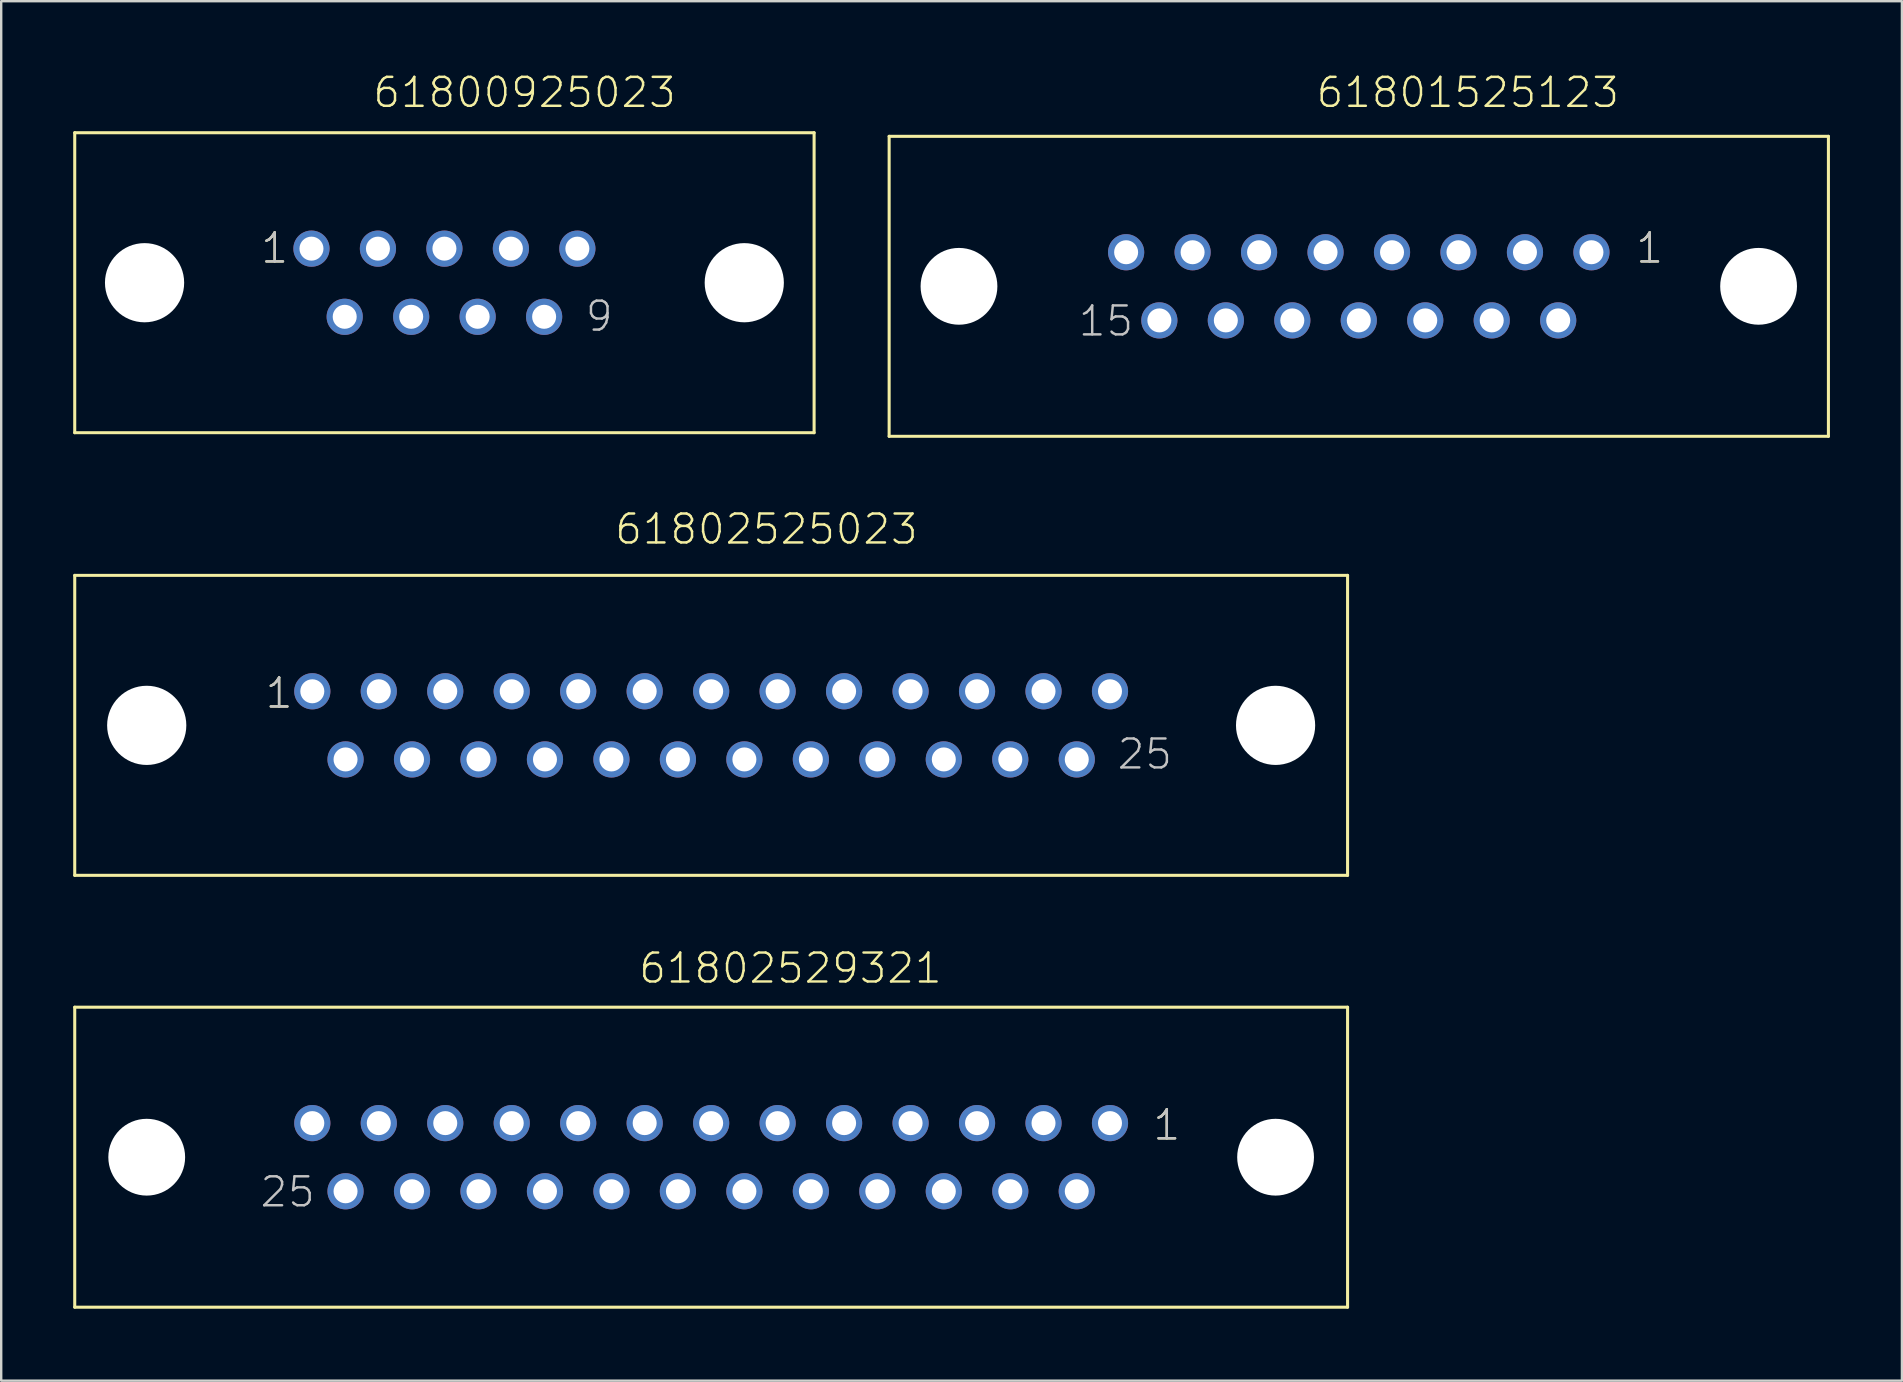
<source format=kicad_pcb>
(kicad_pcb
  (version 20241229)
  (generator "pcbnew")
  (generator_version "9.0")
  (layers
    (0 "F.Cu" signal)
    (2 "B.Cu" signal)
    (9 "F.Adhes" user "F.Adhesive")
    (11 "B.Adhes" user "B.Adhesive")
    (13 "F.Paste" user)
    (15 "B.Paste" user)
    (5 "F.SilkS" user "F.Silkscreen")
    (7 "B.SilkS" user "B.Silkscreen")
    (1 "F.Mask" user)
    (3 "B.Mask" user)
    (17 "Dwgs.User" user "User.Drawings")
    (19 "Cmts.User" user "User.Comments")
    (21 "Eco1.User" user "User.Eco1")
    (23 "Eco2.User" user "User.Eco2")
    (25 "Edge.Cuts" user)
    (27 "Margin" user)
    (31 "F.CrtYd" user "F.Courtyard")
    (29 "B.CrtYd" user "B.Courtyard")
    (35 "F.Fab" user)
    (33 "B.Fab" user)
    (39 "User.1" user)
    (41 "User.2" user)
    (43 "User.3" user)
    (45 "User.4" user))
  (footprint "61800925023"
    (layer "F.Cu")
    (at 15.469 8.731)
    (property "Reference" "61800925023" (at -3.045 -7.22 0) (layer "F.SilkS") (effects (font (size 1.206 1.206) (thickness 0.102)) (justify left bottom)))
    (attr through_hole)
    (fp_line (start -15.405 -6.25) (end 15.405 -6.25) (stroke (width 0.127) (type solid)) (layer "F.SilkS"))
    (fp_line (start -15.405 6.25) (end -15.405 -6.25) (stroke (width 0.127) (type solid)) (layer "F.SilkS"))
    (fp_line (start 15.405 -6.25) (end 15.405 6.25) (stroke (width 0.127) (type solid)) (layer "F.SilkS"))
    (fp_line (start 15.405 6.25) (end -15.405 6.25) (stroke (width 0.127) (type solid)) (layer "F.SilkS"))
    (fp_text user "1" (at -7.715 -0.735 0) (layer "F.SilkS") (effects (font (size 1.206 1.206) (thickness 0.102)) (justify left bottom)))
    (fp_text user "1" (at -7.715 -0.735 0) (layer "Dwgs.User") (effects (font (size 1.206 1.206) (thickness 0.102)) (justify left bottom)))
    (fp_text user "9" (at 5.81 2.105 0) (layer "Dwgs.User") (effects (font (size 1.206 1.206) (thickness 0.102)) (justify left bottom)))
    (pad "" np_thru_hole circle (at -12.495 0) (size 3.3 3.3) (drill 3.3) (layers "*.Cu"))
    (pad "" np_thru_hole circle (at 12.495 0) (size 3.3 3.3) (drill 3.3) (layers "*.Cu"))
    (pad "1" thru_hole circle (at -5.54 -1.42) (size 1.508 1.508) (drill 1) (layers "*.Cu" "*.Mask"))
    (pad "2" thru_hole circle (at -2.77 -1.42) (size 1.508 1.508) (drill 1) (layers "*.Cu" "*.Mask"))
    (pad "3" thru_hole circle (at 0 -1.42) (size 1.508 1.508) (drill 1) (layers "*.Cu" "*.Mask"))
    (pad "4" thru_hole circle (at 2.77 -1.42) (size 1.508 1.508) (drill 1) (layers "*.Cu" "*.Mask"))
    (pad "5" thru_hole circle (at 5.54 -1.42) (size 1.508 1.508) (drill 1) (layers "*.Cu" "*.Mask"))
    (pad "6" thru_hole circle (at -4.155 1.42) (size 1.508 1.508) (drill 1) (layers "*.Cu" "*.Mask"))
    (pad "7" thru_hole circle (at -1.385 1.42) (size 1.508 1.508) (drill 1) (layers "*.Cu" "*.Mask"))
    (pad "8" thru_hole circle (at 1.385 1.42) (size 1.508 1.508) (drill 1) (layers "*.Cu" "*.Mask"))
    (pad "9" thru_hole circle (at 4.155 1.42) (size 1.508 1.508) (drill 1) (layers "*.Cu" "*.Mask")))
  (footprint "61802525023"
    (layer "F.Cu")
    (at 26.584 27.176)
    (property "Reference" "61802525023" (at -4.08 -7.47 0) (layer "F.SilkS") (effects (font (size 1.206 1.206) (thickness 0.102)) (justify left bottom)))
    (attr through_hole)
    (fp_line (start -26.52 -6.25) (end 26.52 -6.25) (stroke (width 0.127) (type solid)) (layer "F.SilkS"))
    (fp_line (start -26.52 6.25) (end -26.52 -6.25) (stroke (width 0.127) (type solid)) (layer "F.SilkS"))
    (fp_line (start 26.52 -6.25) (end 26.52 6.25) (stroke (width 0.127) (type solid)) (layer "F.SilkS"))
    (fp_line (start 26.52 6.25) (end -26.52 6.25) (stroke (width 0.127) (type solid)) (layer "F.SilkS"))
    (fp_text user "1" (at -18.645 -0.635 0) (layer "F.SilkS") (effects (font (size 1.206 1.206) (thickness 0.102)) (justify left bottom)))
    (fp_text user "1" (at -18.645 -0.635 0) (layer "Dwgs.User") (effects (font (size 1.206 1.206) (thickness 0.102)) (justify left bottom)))
    (fp_text user "25" (at 16.855 1.905 0) (layer "Dwgs.User") (effects (font (size 1.206 1.206) (thickness 0.102)) (justify left bottom)))
    (pad "" np_thru_hole circle (at -23.52 0) (size 3.3 3.3) (drill 3.3) (layers "*.Cu"))
    (pad "" np_thru_hole circle (at 23.52 0) (size 3.3 3.3) (drill 3.3) (layers "*.Cu"))
    (pad "1" thru_hole circle (at -16.62 -1.42) (size 1.508 1.508) (drill 1) (layers "*.Cu" "*.Mask"))
    (pad "2" thru_hole circle (at -13.85 -1.42) (size 1.508 1.508) (drill 1) (layers "*.Cu" "*.Mask"))
    (pad "3" thru_hole circle (at -11.08 -1.42) (size 1.508 1.508) (drill 1) (layers "*.Cu" "*.Mask"))
    (pad "4" thru_hole circle (at -8.31 -1.42) (size 1.508 1.508) (drill 1) (layers "*.Cu" "*.Mask"))
    (pad "5" thru_hole circle (at -5.54 -1.42) (size 1.508 1.508) (drill 1) (layers "*.Cu" "*.Mask"))
    (pad "6" thru_hole circle (at -2.77 -1.42) (size 1.508 1.508) (drill 1) (layers "*.Cu" "*.Mask"))
    (pad "7" thru_hole circle (at 0 -1.42) (size 1.508 1.508) (drill 1) (layers "*.Cu" "*.Mask"))
    (pad "8" thru_hole circle (at 2.77 -1.42) (size 1.508 1.508) (drill 1) (layers "*.Cu" "*.Mask"))
    (pad "9" thru_hole circle (at 5.54 -1.42) (size 1.508 1.508) (drill 1) (layers "*.Cu" "*.Mask"))
    (pad "10" thru_hole circle (at 8.31 -1.42) (size 1.508 1.508) (drill 1) (layers "*.Cu" "*.Mask"))
    (pad "11" thru_hole circle (at 11.08 -1.42) (size 1.508 1.508) (drill 1) (layers "*.Cu" "*.Mask"))
    (pad "12" thru_hole circle (at 13.85 -1.42) (size 1.508 1.508) (drill 1) (layers "*.Cu" "*.Mask"))
    (pad "13" thru_hole circle (at 16.62 -1.42) (size 1.508 1.508) (drill 1) (layers "*.Cu" "*.Mask"))
    (pad "14" thru_hole circle (at -15.235 1.42) (size 1.508 1.508) (drill 1) (layers "*.Cu" "*.Mask"))
    (pad "15" thru_hole circle (at -12.465 1.42) (size 1.508 1.508) (drill 1) (layers "*.Cu" "*.Mask"))
    (pad "16" thru_hole circle (at -9.695 1.42) (size 1.508 1.508) (drill 1) (layers "*.Cu" "*.Mask"))
    (pad "17" thru_hole circle (at -6.925 1.42) (size 1.508 1.508) (drill 1) (layers "*.Cu" "*.Mask"))
    (pad "18" thru_hole circle (at -4.155 1.42) (size 1.508 1.508) (drill 1) (layers "*.Cu" "*.Mask"))
    (pad "19" thru_hole circle (at -1.385 1.42) (size 1.508 1.508) (drill 1) (layers "*.Cu" "*.Mask"))
    (pad "20" thru_hole circle (at 1.385 1.42) (size 1.508 1.508) (drill 1) (layers "*.Cu" "*.Mask"))
    (pad "21" thru_hole circle (at 4.155 1.42) (size 1.508 1.508) (drill 1) (layers "*.Cu" "*.Mask"))
    (pad "22" thru_hole circle (at 6.925 1.42) (size 1.508 1.508) (drill 1) (layers "*.Cu" "*.Mask"))
    (pad "23" thru_hole circle (at 9.695 1.42) (size 1.508 1.508) (drill 1) (layers "*.Cu" "*.Mask"))
    (pad "24" thru_hole circle (at 12.465 1.42) (size 1.508 1.508) (drill 1) (layers "*.Cu" "*.Mask"))
    (pad "25" thru_hole circle (at 15.235 1.42) (size 1.508 1.508) (drill 1) (layers "*.Cu" "*.Mask")))
  (footprint "61801525123"
    (layer "F.Cu")
    (at 53.571 8.881)
    (property "Reference" "61801525123" (at -1.84 -7.37 0) (layer "F.SilkS") (effects (font (size 1.206 1.206) (thickness 0.102)) (justify left bottom)))
    (attr through_hole)
    (fp_line (start -19.57 -6.25) (end 19.57 -6.25) (stroke (width 0.127) (type solid)) (layer "F.SilkS"))
    (fp_line (start -19.57 6.25) (end -19.57 -6.25) (stroke (width 0.127) (type solid)) (layer "F.SilkS"))
    (fp_line (start 19.57 -6.25) (end 19.57 6.25) (stroke (width 0.127) (type solid)) (layer "F.SilkS"))
    (fp_line (start 19.57 6.25) (end -19.57 6.25) (stroke (width 0.127) (type solid)) (layer "F.SilkS"))
    (fp_text user "1" (at 11.48 -0.885 0) (layer "F.SilkS") (effects (font (size 1.206 1.206) (thickness 0.102)) (justify left bottom)))
    (fp_text user "15" (at -11.75 2.155 0) (layer "Dwgs.User") (effects (font (size 1.206 1.206) (thickness 0.102)) (justify left bottom)))
    (fp_text user "1" (at 11.48 -0.885 0) (layer "Dwgs.User") (effects (font (size 1.206 1.206) (thickness 0.102)) (justify left bottom)))
    (pad "" np_thru_hole circle (at -16.66 0) (size 3.2 3.2) (drill 3.2) (layers "*.Cu"))
    (pad "" np_thru_hole circle (at 16.66 0) (size 3.2 3.2) (drill 3.2) (layers "*.Cu"))
    (pad "1" thru_hole circle (at 9.695 -1.42) (size 1.508 1.508) (drill 1) (layers "*.Cu" "*.Mask"))
    (pad "2" thru_hole circle (at 6.925 -1.42) (size 1.508 1.508) (drill 1) (layers "*.Cu" "*.Mask"))
    (pad "3" thru_hole circle (at 4.155 -1.42) (size 1.508 1.508) (drill 1) (layers "*.Cu" "*.Mask"))
    (pad "4" thru_hole circle (at 1.385 -1.42) (size 1.508 1.508) (drill 1) (layers "*.Cu" "*.Mask"))
    (pad "5" thru_hole circle (at -1.385 -1.42) (size 1.508 1.508) (drill 1) (layers "*.Cu" "*.Mask"))
    (pad "6" thru_hole circle (at -4.155 -1.42) (size 1.508 1.508) (drill 1) (layers "*.Cu" "*.Mask"))
    (pad "7" thru_hole circle (at -6.925 -1.42) (size 1.508 1.508) (drill 1) (layers "*.Cu" "*.Mask"))
    (pad "8" thru_hole circle (at -9.695 -1.42) (size 1.508 1.508) (drill 1) (layers "*.Cu" "*.Mask"))
    (pad "9" thru_hole circle (at 8.31 1.42) (size 1.508 1.508) (drill 1) (layers "*.Cu" "*.Mask"))
    (pad "10" thru_hole circle (at 5.54 1.42) (size 1.508 1.508) (drill 1) (layers "*.Cu" "*.Mask"))
    (pad "11" thru_hole circle (at 2.77 1.42) (size 1.508 1.508) (drill 1) (layers "*.Cu" "*.Mask"))
    (pad "12" thru_hole circle (at 0 1.42) (size 1.508 1.508) (drill 1) (layers "*.Cu" "*.Mask"))
    (pad "13" thru_hole circle (at -2.77 1.42) (size 1.508 1.508) (drill 1) (layers "*.Cu" "*.Mask"))
    (pad "14" thru_hole circle (at -5.54 1.42) (size 1.508 1.508) (drill 1) (layers "*.Cu" "*.Mask"))
    (pad "15" thru_hole circle (at -8.31 1.42) (size 1.508 1.508) (drill 1) (layers "*.Cu" "*.Mask")))
  (footprint "61802529321"
    (layer "F.Cu")
    (at 26.584 45.171)
    (property "Reference" "61802529321" (at -3.08 -7.17 0) (layer "F.SilkS") (effects (font (size 1.206 1.206) (thickness 0.102)) (justify left bottom)))
    (attr through_hole)
    (fp_line (start -26.52 -6.25) (end 26.52 -6.25) (stroke (width 0.127) (type solid)) (layer "F.SilkS"))
    (fp_line (start -26.52 6.25) (end -26.52 -6.25) (stroke (width 0.127) (type solid)) (layer "F.SilkS"))
    (fp_line (start 26.52 -6.25) (end 26.52 6.25) (stroke (width 0.127) (type solid)) (layer "F.SilkS"))
    (fp_line (start 26.52 6.25) (end -26.52 6.25) (stroke (width 0.127) (type solid)) (layer "F.SilkS"))
    (fp_text user "1" (at 18.345 -0.635 0) (layer "F.SilkS") (effects (font (size 1.206 1.206) (thickness 0.102)) (justify left bottom)))
    (fp_text user "1" (at 18.345 -0.635 0) (layer "Dwgs.User") (effects (font (size 1.206 1.206) (thickness 0.102)) (justify left bottom)))
    (fp_text user "25" (at -18.865 2.155 0) (layer "Dwgs.User") (effects (font (size 1.206 1.206) (thickness 0.102)) (justify left bottom)))
    (pad "" np_thru_hole circle (at -23.52 0) (size 3.2 3.2) (drill 3.2) (layers "*.Cu"))
    (pad "" np_thru_hole circle (at 23.52 0) (size 3.2 3.2) (drill 3.2) (layers "*.Cu"))
    (pad "1" thru_hole circle (at 16.62 -1.42) (size 1.508 1.508) (drill 1) (layers "*.Cu" "*.Mask"))
    (pad "2" thru_hole circle (at 13.85 -1.42) (size 1.508 1.508) (drill 1) (layers "*.Cu" "*.Mask"))
    (pad "3" thru_hole circle (at 11.08 -1.42) (size 1.508 1.508) (drill 1) (layers "*.Cu" "*.Mask"))
    (pad "4" thru_hole circle (at 8.31 -1.42) (size 1.508 1.508) (drill 1) (layers "*.Cu" "*.Mask"))
    (pad "5" thru_hole circle (at 5.54 -1.42) (size 1.508 1.508) (drill 1) (layers "*.Cu" "*.Mask"))
    (pad "6" thru_hole circle (at 2.77 -1.42) (size 1.508 1.508) (drill 1) (layers "*.Cu" "*.Mask"))
    (pad "7" thru_hole circle (at 0 -1.42) (size 1.508 1.508) (drill 1) (layers "*.Cu" "*.Mask"))
    (pad "8" thru_hole circle (at -2.77 -1.42) (size 1.508 1.508) (drill 1) (layers "*.Cu" "*.Mask"))
    (pad "9" thru_hole circle (at -5.54 -1.42) (size 1.508 1.508) (drill 1) (layers "*.Cu" "*.Mask"))
    (pad "10" thru_hole circle (at -8.31 -1.42) (size 1.508 1.508) (drill 1) (layers "*.Cu" "*.Mask"))
    (pad "11" thru_hole circle (at -11.08 -1.42) (size 1.508 1.508) (drill 1) (layers "*.Cu" "*.Mask"))
    (pad "12" thru_hole circle (at -13.85 -1.42) (size 1.508 1.508) (drill 1) (layers "*.Cu" "*.Mask"))
    (pad "13" thru_hole circle (at -16.62 -1.42) (size 1.508 1.508) (drill 1) (layers "*.Cu" "*.Mask"))
    (pad "14" thru_hole circle (at 15.235 1.42) (size 1.508 1.508) (drill 1) (layers "*.Cu" "*.Mask"))
    (pad "15" thru_hole circle (at 12.465 1.42) (size 1.508 1.508) (drill 1) (layers "*.Cu" "*.Mask"))
    (pad "16" thru_hole circle (at 9.695 1.42) (size 1.508 1.508) (drill 1) (layers "*.Cu" "*.Mask"))
    (pad "17" thru_hole circle (at 6.925 1.42) (size 1.508 1.508) (drill 1) (layers "*.Cu" "*.Mask"))
    (pad "18" thru_hole circle (at 4.155 1.42) (size 1.508 1.508) (drill 1) (layers "*.Cu" "*.Mask"))
    (pad "19" thru_hole circle (at 1.385 1.42) (size 1.508 1.508) (drill 1) (layers "*.Cu" "*.Mask"))
    (pad "20" thru_hole circle (at -1.385 1.42) (size 1.508 1.508) (drill 1) (layers "*.Cu" "*.Mask"))
    (pad "21" thru_hole circle (at -4.155 1.42) (size 1.508 1.508) (drill 1) (layers "*.Cu" "*.Mask"))
    (pad "22" thru_hole circle (at -6.925 1.42) (size 1.508 1.508) (drill 1) (layers "*.Cu" "*.Mask"))
    (pad "23" thru_hole circle (at -9.695 1.42) (size 1.508 1.508) (drill 1) (layers "*.Cu" "*.Mask"))
    (pad "24" thru_hole circle (at -12.465 1.42) (size 1.508 1.508) (drill 1) (layers "*.Cu" "*.Mask"))
    (pad "25" thru_hole circle (at -15.235 1.42) (size 1.508 1.508) (drill 1) (layers "*.Cu" "*.Mask")))
  (gr_rect
    (start -3 -3)
    (end 76.204 54.484)
    (stroke (width 0.1) (type default))
    (fill no)
    (layer "Edge.Cuts")))
</source>
